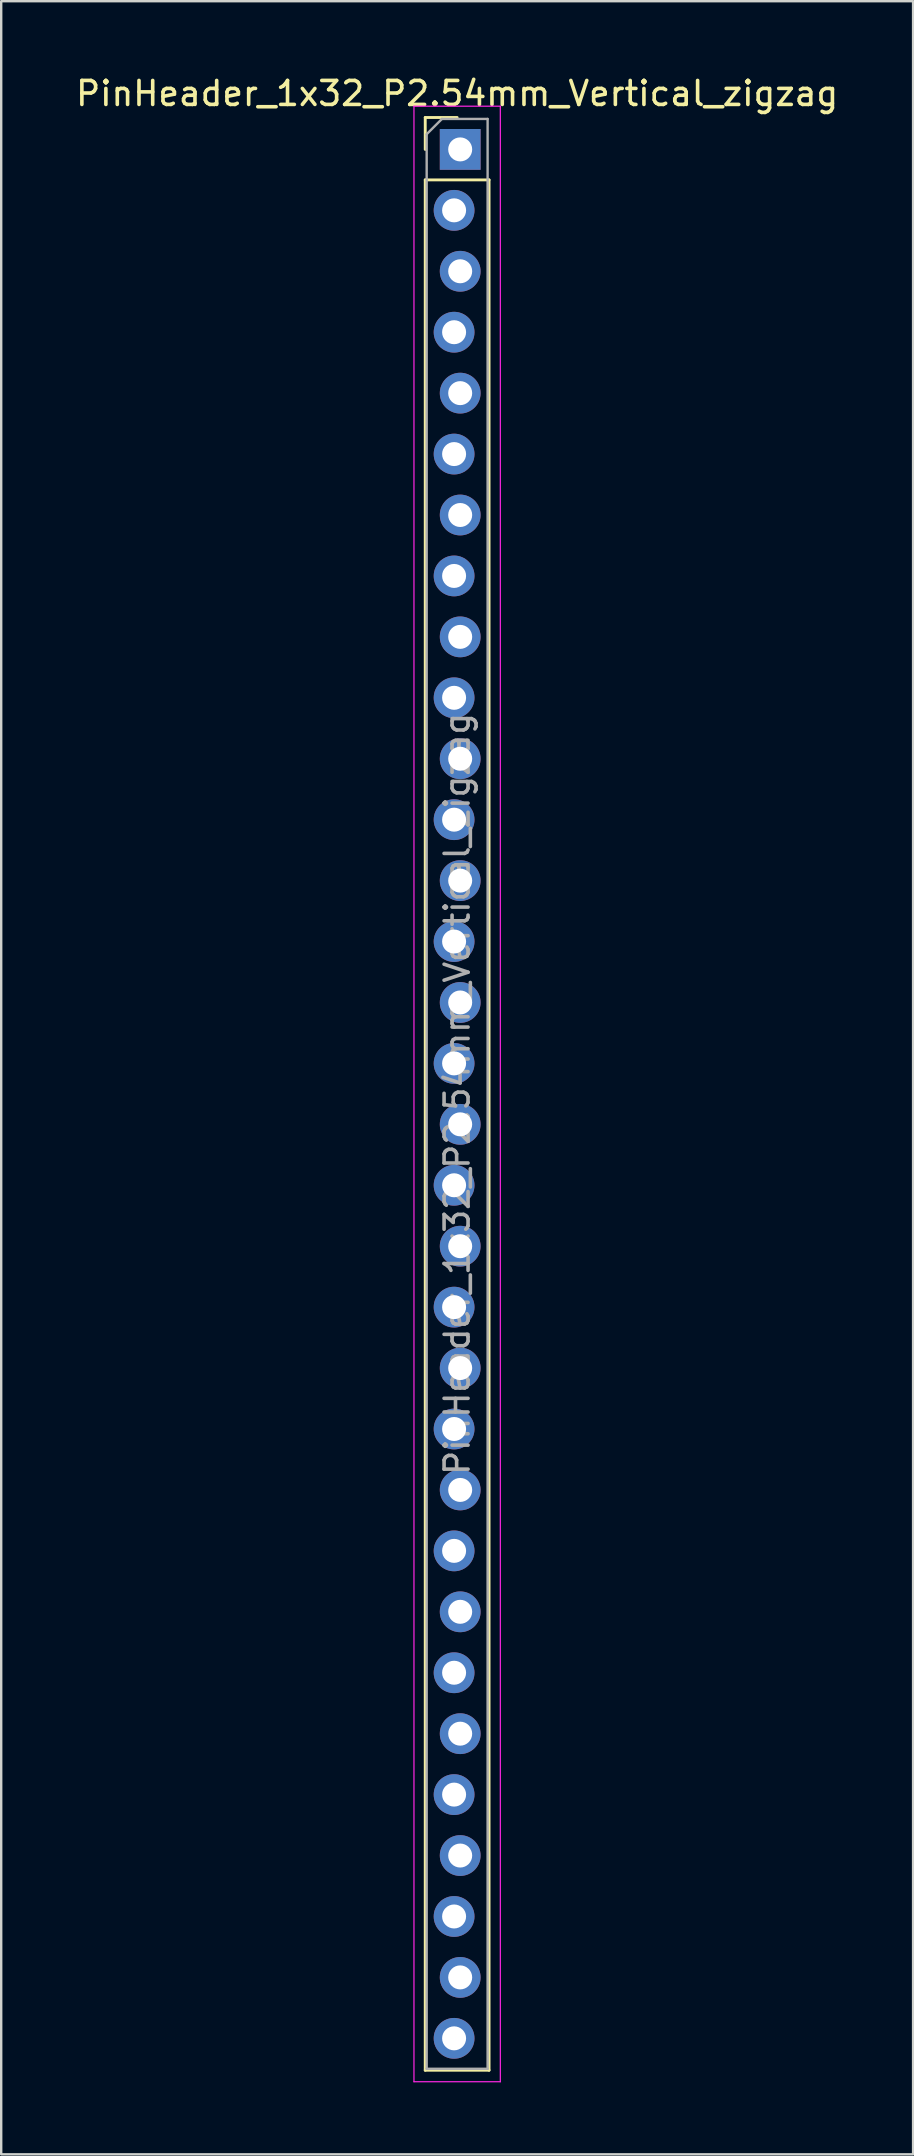
<source format=kicad_pcb>
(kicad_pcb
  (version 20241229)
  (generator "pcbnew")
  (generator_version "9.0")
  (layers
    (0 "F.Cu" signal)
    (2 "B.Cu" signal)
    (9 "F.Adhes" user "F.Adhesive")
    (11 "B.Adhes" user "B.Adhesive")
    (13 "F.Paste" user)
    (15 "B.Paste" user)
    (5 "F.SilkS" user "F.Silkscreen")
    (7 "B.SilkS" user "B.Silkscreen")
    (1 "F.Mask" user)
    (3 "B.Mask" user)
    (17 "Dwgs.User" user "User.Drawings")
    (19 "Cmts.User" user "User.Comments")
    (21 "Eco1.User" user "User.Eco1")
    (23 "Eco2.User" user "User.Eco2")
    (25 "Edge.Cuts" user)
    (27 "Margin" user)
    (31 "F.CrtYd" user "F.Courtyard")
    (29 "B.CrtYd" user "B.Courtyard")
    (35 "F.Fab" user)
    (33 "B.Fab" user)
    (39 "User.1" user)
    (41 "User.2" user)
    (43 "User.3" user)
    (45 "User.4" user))
  (footprint "PinHeader_1x32_P2.54mm_Vertical_zigzag"
    (layer "F.Cu")
    (at 16.006 3.178)
    (property "Reference" "PinHeader_1x32_P2.54mm_Vertical_zigzag" (at 0 -2.33 0) (layer "F.SilkS") (effects (font (size 1 1) (thickness 0.15))))
    (attr through_hole)
    (fp_line (start -1.33 -1.33) (end 0 -1.33) (stroke (width 0.12) (type solid)) (layer "F.SilkS"))
    (fp_line (start -1.33 0) (end -1.33 -1.33) (stroke (width 0.12) (type solid)) (layer "F.SilkS"))
    (fp_line (start -1.33 1.27) (end -1.33 80.07) (stroke (width 0.12) (type solid)) (layer "F.SilkS"))
    (fp_line (start -1.33 1.27) (end 1.33 1.27) (stroke (width 0.12) (type solid)) (layer "F.SilkS"))
    (fp_line (start -1.33 80.07) (end 1.33 80.07) (stroke (width 0.12) (type solid)) (layer "F.SilkS"))
    (fp_line (start 1.33 1.27) (end 1.33 80.07) (stroke (width 0.12) (type solid)) (layer "F.SilkS"))
    (fp_line (start -1.8 -1.8) (end -1.8 80.55) (stroke (width 0.05) (type solid)) (layer "F.CrtYd"))
    (fp_line (start -1.8 80.55) (end 1.8 80.55) (stroke (width 0.05) (type solid)) (layer "F.CrtYd"))
    (fp_line (start 1.8 -1.8) (end -1.8 -1.8) (stroke (width 0.05) (type solid)) (layer "F.CrtYd"))
    (fp_line (start 1.8 80.55) (end 1.8 -1.8) (stroke (width 0.05) (type solid)) (layer "F.CrtYd"))
    (fp_line (start -1.27 -0.635) (end -0.635 -1.27) (stroke (width 0.1) (type solid)) (layer "F.Fab"))
    (fp_line (start -1.27 80.01) (end -1.27 -0.635) (stroke (width 0.1) (type solid)) (layer "F.Fab"))
    (fp_line (start -0.635 -1.27) (end 1.27 -1.27) (stroke (width 0.1) (type solid)) (layer "F.Fab"))
    (fp_line (start 1.27 -1.27) (end 1.27 80.01) (stroke (width 0.1) (type solid)) (layer "F.Fab"))
    (fp_line (start 1.27 80.01) (end -1.27 80.01) (stroke (width 0.1) (type solid)) (layer "F.Fab"))
    (fp_text user "${REFERENCE}" (at 0 39.37 90) (layer "F.Fab") (effects (font (size 1 1) (thickness 0.15))))
    (pad "1" thru_hole rect (at 0.127 0) (size 1.7 1.7) (drill 1) (layers "*.Cu" "*.Mask"))
    (pad "2" thru_hole oval (at -0.127 2.54) (size 1.7 1.7) (drill 1) (layers "*.Cu" "*.Mask"))
    (pad "3" thru_hole oval (at 0.127 5.08) (size 1.7 1.7) (drill 1) (layers "*.Cu" "*.Mask"))
    (pad "4" thru_hole oval (at -0.127 7.62) (size 1.7 1.7) (drill 1) (layers "*.Cu" "*.Mask"))
    (pad "5" thru_hole oval (at 0.127 10.16) (size 1.7 1.7) (drill 1) (layers "*.Cu" "*.Mask"))
    (pad "6" thru_hole oval (at -0.127 12.7) (size 1.7 1.7) (drill 1) (layers "*.Cu" "*.Mask"))
    (pad "7" thru_hole oval (at 0.127 15.24) (size 1.7 1.7) (drill 1) (layers "*.Cu" "*.Mask"))
    (pad "8" thru_hole oval (at -0.127 17.78) (size 1.7 1.7) (drill 1) (layers "*.Cu" "*.Mask"))
    (pad "9" thru_hole oval (at 0.127 20.32) (size 1.7 1.7) (drill 1) (layers "*.Cu" "*.Mask"))
    (pad "10" thru_hole oval (at -0.127 22.86) (size 1.7 1.7) (drill 1) (layers "*.Cu" "*.Mask"))
    (pad "11" thru_hole oval (at 0.127 25.4) (size 1.7 1.7) (drill 1) (layers "*.Cu" "*.Mask"))
    (pad "12" thru_hole oval (at -0.127 27.94) (size 1.7 1.7) (drill 1) (layers "*.Cu" "*.Mask"))
    (pad "13" thru_hole oval (at 0.127 30.48) (size 1.7 1.7) (drill 1) (layers "*.Cu" "*.Mask"))
    (pad "14" thru_hole oval (at -0.127 33.02) (size 1.7 1.7) (drill 1) (layers "*.Cu" "*.Mask"))
    (pad "15" thru_hole oval (at 0.127 35.56) (size 1.7 1.7) (drill 1) (layers "*.Cu" "*.Mask"))
    (pad "16" thru_hole oval (at -0.127 38.1) (size 1.7 1.7) (drill 1) (layers "*.Cu" "*.Mask"))
    (pad "17" thru_hole oval (at 0.127 40.64) (size 1.7 1.7) (drill 1) (layers "*.Cu" "*.Mask"))
    (pad "18" thru_hole oval (at -0.127 43.18) (size 1.7 1.7) (drill 1) (layers "*.Cu" "*.Mask"))
    (pad "19" thru_hole oval (at 0.127 45.72) (size 1.7 1.7) (drill 1) (layers "*.Cu" "*.Mask"))
    (pad "20" thru_hole oval (at -0.127 48.26) (size 1.7 1.7) (drill 1) (layers "*.Cu" "*.Mask"))
    (pad "21" thru_hole oval (at 0.127 50.8) (size 1.7 1.7) (drill 1) (layers "*.Cu" "*.Mask"))
    (pad "22" thru_hole oval (at -0.127 53.34) (size 1.7 1.7) (drill 1) (layers "*.Cu" "*.Mask"))
    (pad "23" thru_hole oval (at 0.127 55.88) (size 1.7 1.7) (drill 1) (layers "*.Cu" "*.Mask"))
    (pad "24" thru_hole oval (at -0.127 58.42) (size 1.7 1.7) (drill 1) (layers "*.Cu" "*.Mask"))
    (pad "25" thru_hole oval (at 0.127 60.96) (size 1.7 1.7) (drill 1) (layers "*.Cu" "*.Mask"))
    (pad "26" thru_hole oval (at -0.127 63.5) (size 1.7 1.7) (drill 1) (layers "*.Cu" "*.Mask"))
    (pad "27" thru_hole oval (at 0.127 66.04) (size 1.7 1.7) (drill 1) (layers "*.Cu" "*.Mask"))
    (pad "28" thru_hole oval (at -0.127 68.58) (size 1.7 1.7) (drill 1) (layers "*.Cu" "*.Mask"))
    (pad "29" thru_hole oval (at 0.127 71.12) (size 1.7 1.7) (drill 1) (layers "*.Cu" "*.Mask"))
    (pad "30" thru_hole oval (at -0.127 73.66) (size 1.7 1.7) (drill 1) (layers "*.Cu" "*.Mask"))
    (pad "31" thru_hole oval (at 0.127 76.2) (size 1.7 1.7) (drill 1) (layers "*.Cu" "*.Mask"))
    (pad "32" thru_hole oval (at -0.127 78.74) (size 1.7 1.7) (drill 1) (layers "*.Cu" "*.Mask")))
  (gr_rect
    (start -3 -3)
    (end 35.012 86.753)
    (stroke (width 0.1) (type default))
    (fill no)
    (layer "Edge.Cuts")))
</source>
